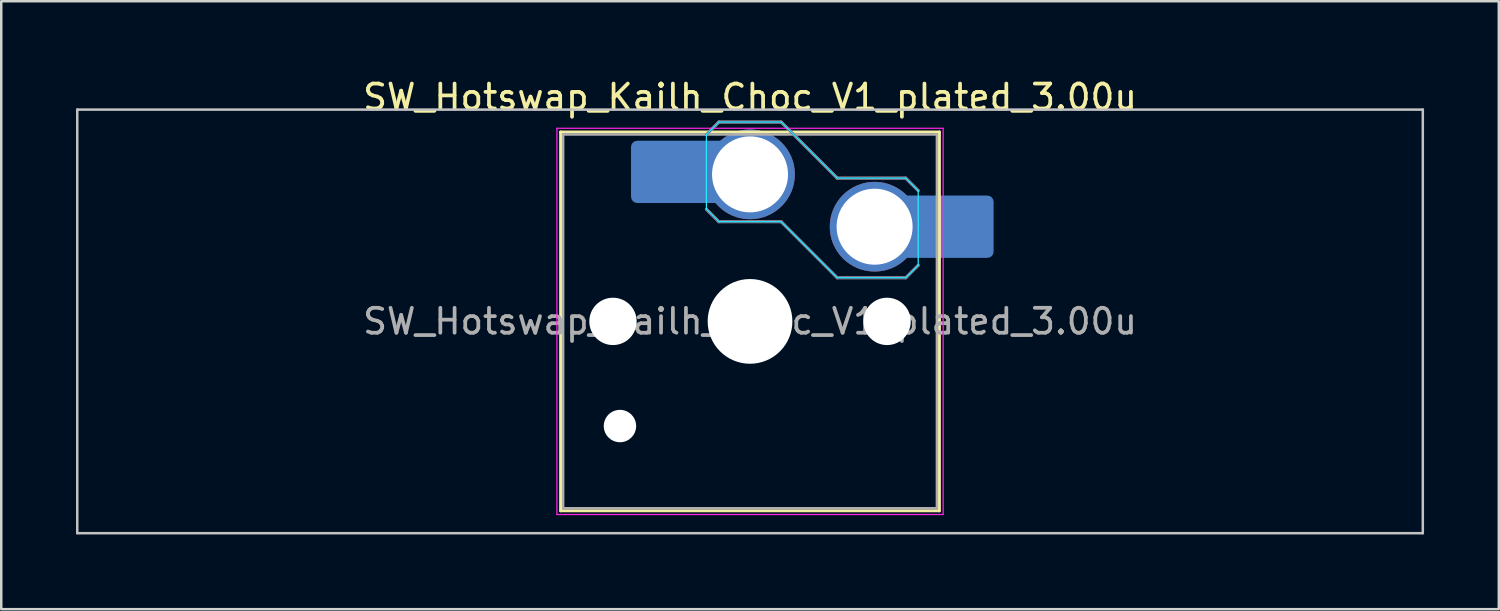
<source format=kicad_pcb>
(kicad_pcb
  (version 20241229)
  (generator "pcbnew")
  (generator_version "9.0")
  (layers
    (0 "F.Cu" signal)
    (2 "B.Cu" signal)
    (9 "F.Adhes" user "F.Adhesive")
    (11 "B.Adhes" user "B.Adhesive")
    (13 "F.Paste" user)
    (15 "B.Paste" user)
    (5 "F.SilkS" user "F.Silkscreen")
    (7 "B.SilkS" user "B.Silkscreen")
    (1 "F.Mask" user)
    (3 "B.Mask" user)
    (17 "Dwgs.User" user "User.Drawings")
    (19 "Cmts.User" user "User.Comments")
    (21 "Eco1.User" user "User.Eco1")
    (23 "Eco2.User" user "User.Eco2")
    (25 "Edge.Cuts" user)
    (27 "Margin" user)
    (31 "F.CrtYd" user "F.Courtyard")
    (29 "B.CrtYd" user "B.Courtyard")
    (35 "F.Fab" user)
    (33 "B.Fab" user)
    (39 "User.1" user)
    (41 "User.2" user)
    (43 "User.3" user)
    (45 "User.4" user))
  (footprint "SW_Hotswap_Kailh_Choc_V1_plated_3.00u"
    (layer "F.Cu")
    (at 27.05 9.848)
    (property "Reference" "SW_Hotswap_Kailh_Choc_V1_plated_3.00u" (at 0 -9 0) (layer "F.SilkS") (effects (font (size 1 1) (thickness 0.15))))
    (attr smd)
    (fp_line (start -7.6 -7.6) (end -7.6 7.6) (stroke (width 0.12) (type solid)) (layer "F.SilkS"))
    (fp_line (start -7.6 7.6) (end 7.6 7.6) (stroke (width 0.12) (type solid)) (layer "F.SilkS"))
    (fp_line (start 7.6 -7.6) (end -7.6 -7.6) (stroke (width 0.12) (type solid)) (layer "F.SilkS"))
    (fp_line (start 7.6 7.6) (end 7.6 -7.6) (stroke (width 0.12) (type solid)) (layer "F.SilkS"))
    (fp_line (start -1.75 -7.5) (end -1.25 -8) (stroke (width 0.12) (type solid)) (layer "B.SilkS"))
    (fp_line (start -1.25 -8) (end 1.25 -8) (stroke (width 0.12) (type solid)) (layer "B.SilkS"))
    (fp_line (start -1.25 -4) (end -1.75 -4.5) (stroke (width 0.12) (type solid)) (layer "B.SilkS"))
    (fp_line (start 1.25 -8) (end 3.5 -5.75) (stroke (width 0.12) (type solid)) (layer "B.SilkS"))
    (fp_line (start 1.25 -4) (end -1.25 -4) (stroke (width 0.12) (type solid)) (layer "B.SilkS"))
    (fp_line (start 3.5 -5.75) (end 6.25 -5.75) (stroke (width 0.12) (type solid)) (layer "B.SilkS"))
    (fp_line (start 3.5 -1.75) (end 1.25 -4) (stroke (width 0.12) (type solid)) (layer "B.SilkS"))
    (fp_line (start 6.25 -5.75) (end 6.75 -5.25) (stroke (width 0.12) (type solid)) (layer "B.SilkS"))
    (fp_line (start 6.25 -1.75) (end 3.5 -1.75) (stroke (width 0.12) (type solid)) (layer "B.SilkS"))
    (fp_line (start 6.75 -2.25) (end 6.25 -1.75) (stroke (width 0.12) (type solid)) (layer "B.SilkS"))
    (fp_line (start -27 -8.5) (end -27 8.5) (stroke (width 0.1) (type solid)) (layer "Dwgs.User"))
    (fp_line (start -27 8.5) (end 27 8.5) (stroke (width 0.1) (type solid)) (layer "Dwgs.User"))
    (fp_line (start 27 -8.5) (end -27 -8.5) (stroke (width 0.1) (type solid)) (layer "Dwgs.User"))
    (fp_line (start 27 8.5) (end 27 -8.5) (stroke (width 0.1) (type solid)) (layer "Dwgs.User"))
    (fp_line (start -7.25 -7.25) (end -7.25 7.25) (stroke (width 0.1) (type solid)) (layer "Eco1.User"))
    (fp_line (start -7.25 7.25) (end 7.25 7.25) (stroke (width 0.1) (type solid)) (layer "Eco1.User"))
    (fp_line (start 7.25 -7.25) (end -7.25 -7.25) (stroke (width 0.1) (type solid)) (layer "Eco1.User"))
    (fp_line (start 7.25 7.25) (end 7.25 -7.25) (stroke (width 0.1) (type solid)) (layer "Eco1.User"))
    (fp_line (start -1.75 -7.5) (end -1.25 -8) (stroke (width 0.05) (type solid)) (layer "B.CrtYd"))
    (fp_line (start -1.75 -4.5) (end -1.75 -7.5) (stroke (width 0.05) (type solid)) (layer "B.CrtYd"))
    (fp_line (start -1.25 -8) (end 1.25 -8) (stroke (width 0.05) (type solid)) (layer "B.CrtYd"))
    (fp_line (start -1.25 -4) (end -1.75 -4.5) (stroke (width 0.05) (type solid)) (layer "B.CrtYd"))
    (fp_line (start 1.25 -8) (end 3.5 -5.75) (stroke (width 0.05) (type solid)) (layer "B.CrtYd"))
    (fp_line (start 1.25 -4) (end -1.25 -4) (stroke (width 0.05) (type solid)) (layer "B.CrtYd"))
    (fp_line (start 3.5 -5.75) (end 6.25 -5.75) (stroke (width 0.05) (type solid)) (layer "B.CrtYd"))
    (fp_line (start 3.5 -1.75) (end 1.25 -4) (stroke (width 0.05) (type solid)) (layer "B.CrtYd"))
    (fp_line (start 6.25 -5.75) (end 6.75 -5.25) (stroke (width 0.05) (type solid)) (layer "B.CrtYd"))
    (fp_line (start 6.25 -1.75) (end 3.5 -1.75) (stroke (width 0.05) (type solid)) (layer "B.CrtYd"))
    (fp_line (start 6.75 -5.25) (end 6.75 -2.25) (stroke (width 0.05) (type solid)) (layer "B.CrtYd"))
    (fp_line (start 6.75 -2.25) (end 6.25 -1.75) (stroke (width 0.05) (type solid)) (layer "B.CrtYd"))
    (fp_line (start -7.75 -7.75) (end -7.75 7.75) (stroke (width 0.05) (type solid)) (layer "F.CrtYd"))
    (fp_line (start -7.75 7.75) (end 7.75 7.75) (stroke (width 0.05) (type solid)) (layer "F.CrtYd"))
    (fp_line (start 7.75 -7.75) (end -7.75 -7.75) (stroke (width 0.05) (type solid)) (layer "F.CrtYd"))
    (fp_line (start 7.75 7.75) (end 7.75 -7.75) (stroke (width 0.05) (type solid)) (layer "F.CrtYd"))
    (fp_line (start -1.75 -7.5) (end -1.25 -8) (stroke (width 0.1) (type solid)) (layer "B.Fab"))
    (fp_line (start -1.25 -8) (end 1.25 -8) (stroke (width 0.1) (type solid)) (layer "B.Fab"))
    (fp_line (start -1.25 -4) (end -1.75 -4.5) (stroke (width 0.1) (type solid)) (layer "B.Fab"))
    (fp_line (start 1.25 -8) (end 3.5 -5.75) (stroke (width 0.1) (type solid)) (layer "B.Fab"))
    (fp_line (start 1.25 -4) (end -1.25 -4) (stroke (width 0.1) (type solid)) (layer "B.Fab"))
    (fp_line (start 3.5 -5.75) (end 6.25 -5.75) (stroke (width 0.1) (type solid)) (layer "B.Fab"))
    (fp_line (start 3.5 -1.75) (end 1.25 -4) (stroke (width 0.1) (type solid)) (layer "B.Fab"))
    (fp_line (start 6.25 -5.75) (end 6.75 -5.25) (stroke (width 0.1) (type solid)) (layer "B.Fab"))
    (fp_line (start 6.25 -1.75) (end 3.5 -1.75) (stroke (width 0.1) (type solid)) (layer "B.Fab"))
    (fp_line (start 6.75 -2.25) (end 6.25 -1.75) (stroke (width 0.1) (type solid)) (layer "B.Fab"))
    (fp_line (start -7.5 -7.5) (end -7.5 7.5) (stroke (width 0.1) (type solid)) (layer "F.Fab"))
    (fp_line (start -7.5 7.5) (end 7.5 7.5) (stroke (width 0.1) (type solid)) (layer "F.Fab"))
    (fp_line (start 7.5 -7.5) (end -7.5 -7.5) (stroke (width 0.1) (type solid)) (layer "F.Fab"))
    (fp_line (start 7.5 7.5) (end 7.5 -7.5) (stroke (width 0.1) (type solid)) (layer "F.Fab"))
    (fp_text user "${REFERENCE}" (at 0 0 0) (layer "F.Fab") (effects (font (size 1 1) (thickness 0.15))))
    (pad "" np_thru_hole circle (at -5.5 0) (size 1.9 1.9) (drill 1.9) (layers "*.Cu" "*.Mask"))
    (pad "" np_thru_hole circle (at -5.22 4.2) (size 1.3 1.3) (drill 1.3) (layers "*.Cu" "*.Mask"))
    (pad "" smd roundrect (at -3.5 -6) (size 2.55 2.5) (layers "B.Mask" "B.Paste") (roundrect_rratio 0.1))
    (pad "" np_thru_hole circle (at 0 0) (size 3.4 3.4) (drill 3.4) (layers "*.Cu" "*.Mask"))
    (pad "" np_thru_hole circle (at 5.5 0) (size 1.9 1.9) (drill 1.9) (layers "*.Cu" "*.Mask"))
    (pad "" smd roundrect (at 8.5 -3.8) (size 2.55 2.5) (layers "B.Mask" "B.Paste") (roundrect_rratio 0.1))
    (pad "1" smd roundrect (at -2.85 -6) (size 3.85 2.5) (layers "B.Cu") (roundrect_rratio 0.1))
    (pad "1" thru_hole circle (at 0 -5.9) (size 3.6 3.6) (drill 3.05) (layers "*.Cu" "B.Mask"))
    (pad "2" thru_hole circle (at 5 -3.8) (size 3.6 3.6) (drill 3.05) (layers "*.Cu" "B.Mask"))
    (pad "2" smd roundrect (at 7.85 -3.8) (size 3.85 2.5) (layers "B.Cu") (roundrect_rratio 0.1)))
  (gr_rect
    (start -3 -3)
    (end 57.1 21.398)
    (stroke (width 0.1) (type default))
    (fill no)
    (layer "Edge.Cuts")))
</source>
